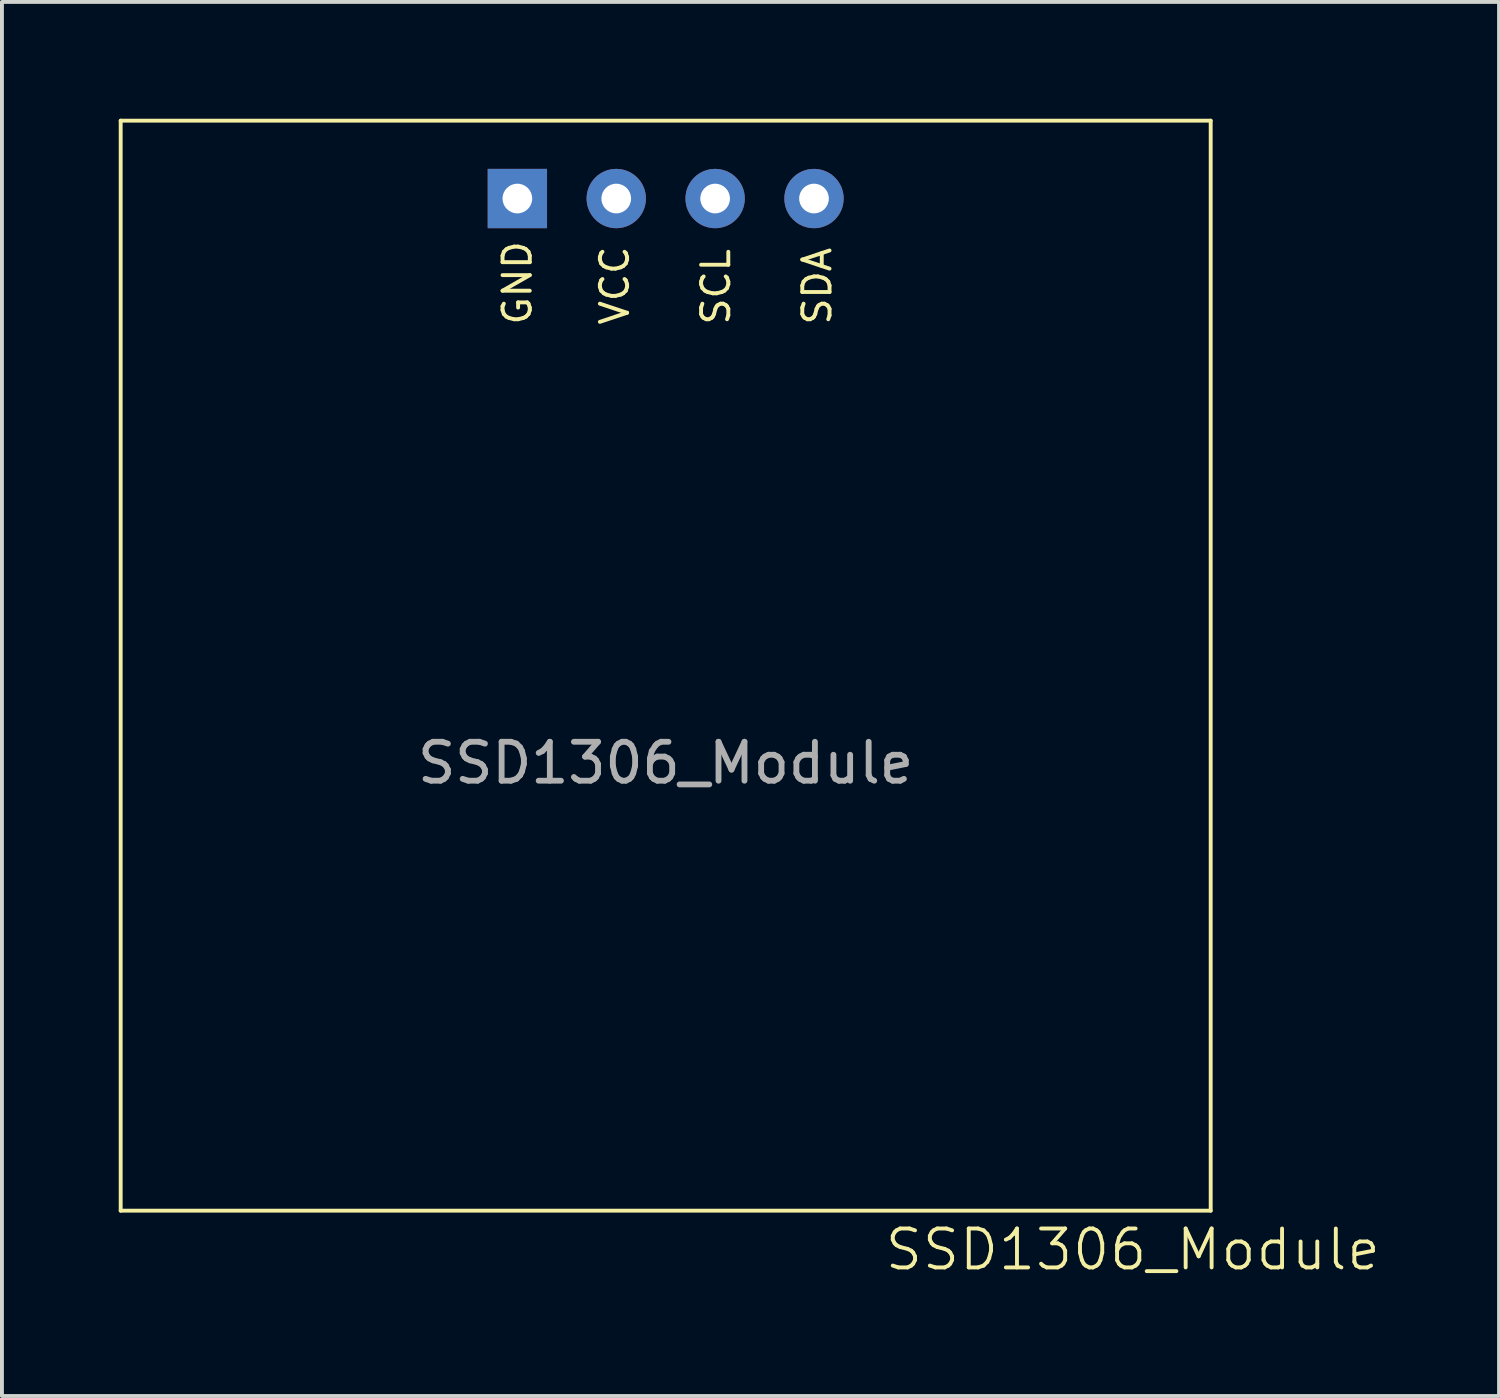
<source format=kicad_pcb>
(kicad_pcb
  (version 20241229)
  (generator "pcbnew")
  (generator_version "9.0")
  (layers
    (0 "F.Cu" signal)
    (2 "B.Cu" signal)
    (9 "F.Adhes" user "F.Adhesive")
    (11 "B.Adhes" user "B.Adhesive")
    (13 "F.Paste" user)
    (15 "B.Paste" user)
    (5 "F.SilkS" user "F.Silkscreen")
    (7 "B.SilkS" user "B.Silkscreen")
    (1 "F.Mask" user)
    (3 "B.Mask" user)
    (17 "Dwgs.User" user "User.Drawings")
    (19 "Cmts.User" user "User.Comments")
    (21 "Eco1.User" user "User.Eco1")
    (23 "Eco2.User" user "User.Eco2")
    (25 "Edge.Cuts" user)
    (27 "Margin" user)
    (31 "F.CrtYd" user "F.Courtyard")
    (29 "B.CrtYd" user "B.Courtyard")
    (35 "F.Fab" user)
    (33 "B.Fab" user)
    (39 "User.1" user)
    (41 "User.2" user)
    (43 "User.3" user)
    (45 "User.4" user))
  (footprint "SSD1306_Module"
    (layer "F.Cu")
    (at 14.05 14.05)
    (property "Reference" "SSD1306_Module" (at 12 15 0) (unlocked yes) (layer "F.SilkS") (effects (font (size 1 1) (thickness 0.1))))
    (attr through_hole)
    (fp_line (start -14 -14) (end 14 -14) (stroke (width 0.1) (type default)) (layer "F.SilkS"))
    (fp_line (start -14 14) (end -14 -14) (stroke (width 0.1) (type default)) (layer "F.SilkS"))
    (fp_line (start 14 -14) (end 14 14) (stroke (width 0.1) (type default)) (layer "F.SilkS"))
    (fp_line (start 14 14) (end -14 14) (stroke (width 0.1) (type default)) (layer "F.SilkS"))
    (fp_text user "VCC" (at -0.9 -8.7 90) (unlocked yes) (layer "F.SilkS") (effects (font (size 0.7 0.7) (thickness 0.1)) (justify left bottom)))
    (fp_text user "SDA" (at 4.3 -8.7 90) (unlocked yes) (layer "F.SilkS") (effects (font (size 0.7 0.7) (thickness 0.1)) (justify left bottom)))
    (fp_text user "GND" (at -3.4 -8.7 90) (unlocked yes) (layer "F.SilkS") (effects (font (size 0.7 0.7) (thickness 0.1)) (justify left bottom)))
    (fp_text user "SCL" (at 1.7 -8.7 90) (unlocked yes) (layer "F.SilkS") (effects (font (size 0.7 0.7) (thickness 0.1)) (justify left bottom)))
    (fp_text user "${REFERENCE}" (at 0 2.5 0) (unlocked yes) (layer "F.Fab") (effects (font (size 1 1) (thickness 0.15))))
    (pad "1" thru_hole rect (at -3.81 -12) (size 1.524 1.524) (drill 0.762) (layers "*.Cu" "*.Mask"))
    (pad "2" thru_hole circle (at -1.27 -12) (size 1.524 1.524) (drill 0.762) (layers "*.Cu" "*.Mask"))
    (pad "3" thru_hole circle (at 1.27 -12) (size 1.524 1.524) (drill 0.762) (layers "*.Cu" "*.Mask"))
    (pad "4" thru_hole circle (at 3.81 -12) (size 1.524 1.524) (drill 0.762) (layers "*.Cu" "*.Mask"))
    (zone (net_name "") (layer "F.SilkS") (hatch edge 0.5) (connect_pads) (min_thickness 0.25) (filled_areas_thickness no) (keepout (tracks allowed) (vias allowed) (pads not_allowed) (copperpour allowed) (footprints not_allowed)) (placement (enabled no)) (fill) (polygon (pts (xy 0.05 0.05) (xy 28.05 0.05) (xy 28.05 28.05) (xy 0.05 28.05)))))
  (gr_rect
    (start -3 -3)
    (end 35.457 32.81)
    (stroke (width 0.1) (type default))
    (fill no)
    (layer "Edge.Cuts")))
</source>
